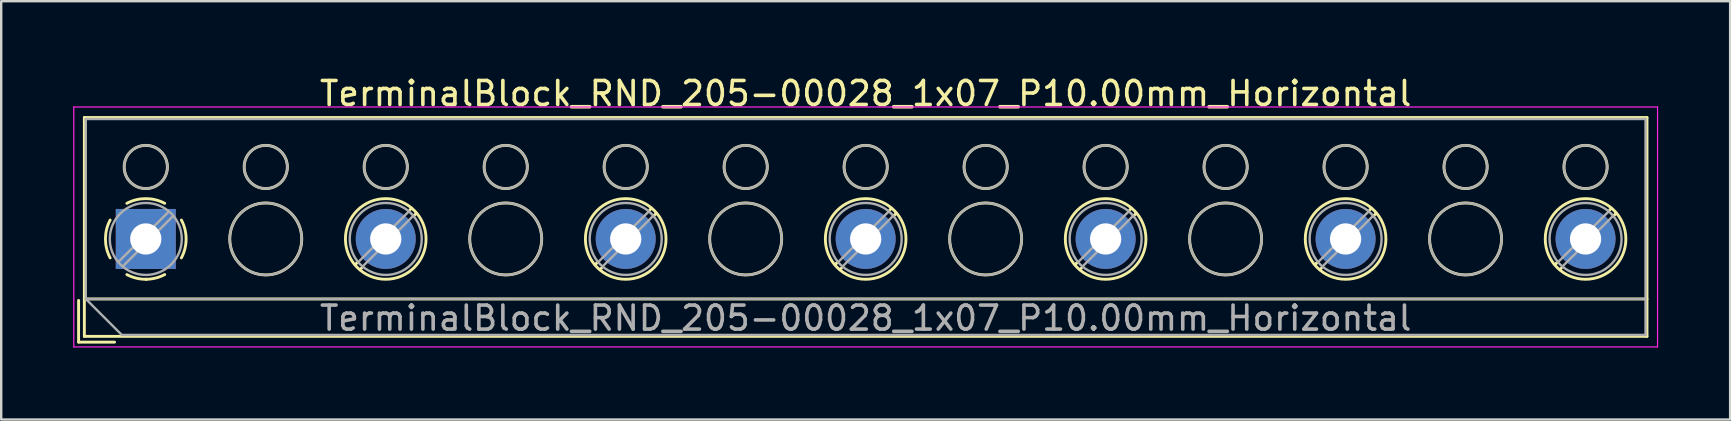
<source format=kicad_pcb>
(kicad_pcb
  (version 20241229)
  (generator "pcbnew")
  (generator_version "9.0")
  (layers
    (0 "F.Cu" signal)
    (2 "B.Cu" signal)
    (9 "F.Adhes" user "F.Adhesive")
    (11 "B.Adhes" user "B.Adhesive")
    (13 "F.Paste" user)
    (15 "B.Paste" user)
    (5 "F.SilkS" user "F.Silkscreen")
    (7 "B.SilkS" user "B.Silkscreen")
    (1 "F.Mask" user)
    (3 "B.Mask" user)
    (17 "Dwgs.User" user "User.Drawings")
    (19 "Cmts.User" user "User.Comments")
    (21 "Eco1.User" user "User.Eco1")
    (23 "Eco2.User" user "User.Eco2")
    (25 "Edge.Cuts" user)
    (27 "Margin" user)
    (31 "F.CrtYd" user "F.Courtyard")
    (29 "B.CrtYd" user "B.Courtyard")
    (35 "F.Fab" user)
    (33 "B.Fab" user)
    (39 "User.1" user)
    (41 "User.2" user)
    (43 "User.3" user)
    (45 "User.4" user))
  (footprint "TerminalBlock_RND_205-00028_1x07_P10.00mm_Horizontal"
    (layer "F.Cu")
    (at 3.025 6.908)
    (property "Reference" "TerminalBlock_RND_205-00028_1x07_P10.00mm_Horizontal" (at 30 -6.06 0) (layer "F.SilkS") (effects (font (size 1 1) (thickness 0.15))))
    (attr through_hole)
    (fp_line (start -2.8 2.56) (end -2.8 4.3) (stroke (width 0.12) (type solid)) (layer "F.SilkS"))
    (fp_line (start -2.8 4.3) (end -1.3 4.3) (stroke (width 0.12) (type solid)) (layer "F.SilkS"))
    (fp_line (start -2.56 -5.06) (end -2.56 4.06) (stroke (width 0.12) (type solid)) (layer "F.SilkS"))
    (fp_line (start -2.56 -5.06) (end 62.56 -5.06) (stroke (width 0.12) (type solid)) (layer "F.SilkS"))
    (fp_line (start -2.56 2.5) (end 62.56 2.5) (stroke (width 0.12) (type solid)) (layer "F.SilkS"))
    (fp_line (start -2.56 4.06) (end 62.56 4.06) (stroke (width 0.12) (type solid)) (layer "F.SilkS"))
    (fp_line (start 8.82 0.976) (end 8.726 1.069) (stroke (width 0.12) (type solid)) (layer "F.SilkS"))
    (fp_line (start 8.99 1.216) (end 8.931 1.274) (stroke (width 0.12) (type solid)) (layer "F.SilkS"))
    (fp_line (start 11.07 -1.275) (end 11.011 -1.216) (stroke (width 0.12) (type solid)) (layer "F.SilkS"))
    (fp_line (start 11.275 -1.069) (end 11.181 -0.976) (stroke (width 0.12) (type solid)) (layer "F.SilkS"))
    (fp_line (start 18.82 0.976) (end 18.726 1.069) (stroke (width 0.12) (type solid)) (layer "F.SilkS"))
    (fp_line (start 18.99 1.216) (end 18.931 1.274) (stroke (width 0.12) (type solid)) (layer "F.SilkS"))
    (fp_line (start 21.07 -1.275) (end 21.011 -1.216) (stroke (width 0.12) (type solid)) (layer "F.SilkS"))
    (fp_line (start 21.275 -1.069) (end 21.181 -0.976) (stroke (width 0.12) (type solid)) (layer "F.SilkS"))
    (fp_line (start 28.82 0.976) (end 28.726 1.069) (stroke (width 0.12) (type solid)) (layer "F.SilkS"))
    (fp_line (start 28.99 1.216) (end 28.931 1.274) (stroke (width 0.12) (type solid)) (layer "F.SilkS"))
    (fp_line (start 31.07 -1.275) (end 31.011 -1.216) (stroke (width 0.12) (type solid)) (layer "F.SilkS"))
    (fp_line (start 31.275 -1.069) (end 31.181 -0.976) (stroke (width 0.12) (type solid)) (layer "F.SilkS"))
    (fp_line (start 38.82 0.976) (end 38.726 1.069) (stroke (width 0.12) (type solid)) (layer "F.SilkS"))
    (fp_line (start 38.99 1.216) (end 38.931 1.274) (stroke (width 0.12) (type solid)) (layer "F.SilkS"))
    (fp_line (start 41.07 -1.275) (end 41.011 -1.216) (stroke (width 0.12) (type solid)) (layer "F.SilkS"))
    (fp_line (start 41.275 -1.069) (end 41.181 -0.976) (stroke (width 0.12) (type solid)) (layer "F.SilkS"))
    (fp_line (start 48.82 0.976) (end 48.726 1.069) (stroke (width 0.12) (type solid)) (layer "F.SilkS"))
    (fp_line (start 48.99 1.216) (end 48.931 1.274) (stroke (width 0.12) (type solid)) (layer "F.SilkS"))
    (fp_line (start 51.07 -1.275) (end 51.011 -1.216) (stroke (width 0.12) (type solid)) (layer "F.SilkS"))
    (fp_line (start 51.275 -1.069) (end 51.181 -0.976) (stroke (width 0.12) (type solid)) (layer "F.SilkS"))
    (fp_line (start 58.82 0.976) (end 58.726 1.069) (stroke (width 0.12) (type solid)) (layer "F.SilkS"))
    (fp_line (start 58.99 1.216) (end 58.931 1.274) (stroke (width 0.12) (type solid)) (layer "F.SilkS"))
    (fp_line (start 61.07 -1.275) (end 61.011 -1.216) (stroke (width 0.12) (type solid)) (layer "F.SilkS"))
    (fp_line (start 61.275 -1.069) (end 61.181 -0.976) (stroke (width 0.12) (type solid)) (layer "F.SilkS"))
    (fp_line (start 62.56 -5.06) (end 62.56 4.06) (stroke (width 0.12) (type solid)) (layer "F.SilkS"))
    (fp_arc (start -1.483953 0.789089) (mid -1.680708 0.00005) (end -1.484 -0.789) (stroke (width 0.12) (type solid)) (layer "F.SilkS"))
    (fp_arc (start -0.789089 -1.483953) (mid -0.00005 -1.680708) (end 0.789 -1.484) (stroke (width 0.12) (type solid)) (layer "F.SilkS"))
    (fp_arc (start 0.029383 1.68045) (mid -0.392304 1.634281) (end -0.789 1.484) (stroke (width 0.12) (type solid)) (layer "F.SilkS"))
    (fp_arc (start 0.788712 1.483352) (mid 0.406429 1.630097) (end 0 1.68) (stroke (width 0.12) (type solid)) (layer "F.SilkS"))
    (fp_arc (start 1.483953 -0.789089) (mid 1.680708 -0.00005) (end 1.484 0.789) (stroke (width 0.12) (type solid)) (layer "F.SilkS"))
    (fp_circle (center 0 -3) (end 0.9 -3) (stroke (width 0.12) (type solid)) (fill no) (layer "F.SilkS"))
    (fp_circle (center 5 -3) (end 5.9 -3) (stroke (width 0.12) (type solid)) (fill no) (layer "F.SilkS"))
    (fp_circle (center 5 0) (end 6.5 0) (stroke (width 0.12) (type solid)) (fill no) (layer "F.SilkS"))
    (fp_circle (center 10 -3) (end 10.9 -3) (stroke (width 0.12) (type solid)) (fill no) (layer "F.SilkS"))
    (fp_circle (center 10 0) (end 11.68 0) (stroke (width 0.12) (type solid)) (fill no) (layer "F.SilkS"))
    (fp_circle (center 15 -3) (end 15.9 -3) (stroke (width 0.12) (type solid)) (fill no) (layer "F.SilkS"))
    (fp_circle (center 15 0) (end 16.5 0) (stroke (width 0.12) (type solid)) (fill no) (layer "F.SilkS"))
    (fp_circle (center 20 -3) (end 20.9 -3) (stroke (width 0.12) (type solid)) (fill no) (layer "F.SilkS"))
    (fp_circle (center 20 0) (end 21.68 0) (stroke (width 0.12) (type solid)) (fill no) (layer "F.SilkS"))
    (fp_circle (center 25 -3) (end 25.9 -3) (stroke (width 0.12) (type solid)) (fill no) (layer "F.SilkS"))
    (fp_circle (center 25 0) (end 26.5 0) (stroke (width 0.12) (type solid)) (fill no) (layer "F.SilkS"))
    (fp_circle (center 30 -3) (end 30.9 -3) (stroke (width 0.12) (type solid)) (fill no) (layer "F.SilkS"))
    (fp_circle (center 30 0) (end 31.68 0) (stroke (width 0.12) (type solid)) (fill no) (layer "F.SilkS"))
    (fp_circle (center 35 -3) (end 35.9 -3) (stroke (width 0.12) (type solid)) (fill no) (layer "F.SilkS"))
    (fp_circle (center 35 0) (end 36.5 0) (stroke (width 0.12) (type solid)) (fill no) (layer "F.SilkS"))
    (fp_circle (center 40 -3) (end 40.9 -3) (stroke (width 0.12) (type solid)) (fill no) (layer "F.SilkS"))
    (fp_circle (center 40 0) (end 41.68 0) (stroke (width 0.12) (type solid)) (fill no) (layer "F.SilkS"))
    (fp_circle (center 45 -3) (end 45.9 -3) (stroke (width 0.12) (type solid)) (fill no) (layer "F.SilkS"))
    (fp_circle (center 45 0) (end 46.5 0) (stroke (width 0.12) (type solid)) (fill no) (layer "F.SilkS"))
    (fp_circle (center 50 -3) (end 50.9 -3) (stroke (width 0.12) (type solid)) (fill no) (layer "F.SilkS"))
    (fp_circle (center 50 0) (end 51.68 0) (stroke (width 0.12) (type solid)) (fill no) (layer "F.SilkS"))
    (fp_circle (center 55 -3) (end 55.9 -3) (stroke (width 0.12) (type solid)) (fill no) (layer "F.SilkS"))
    (fp_circle (center 55 0) (end 56.5 0) (stroke (width 0.12) (type solid)) (fill no) (layer "F.SilkS"))
    (fp_circle (center 60 -3) (end 60.9 -3) (stroke (width 0.12) (type solid)) (fill no) (layer "F.SilkS"))
    (fp_circle (center 60 0) (end 61.68 0) (stroke (width 0.12) (type solid)) (fill no) (layer "F.SilkS"))
    (fp_line (start -3 -5.5) (end -3 4.5) (stroke (width 0.05) (type solid)) (layer "F.CrtYd"))
    (fp_line (start -3 4.5) (end 63 4.5) (stroke (width 0.05) (type solid)) (layer "F.CrtYd"))
    (fp_line (start 63 -5.5) (end -3 -5.5) (stroke (width 0.05) (type solid)) (layer "F.CrtYd"))
    (fp_line (start 63 4.5) (end 63 -5.5) (stroke (width 0.05) (type solid)) (layer "F.CrtYd"))
    (fp_line (start -2.5 -5) (end 62.5 -5) (stroke (width 0.1) (type solid)) (layer "F.Fab"))
    (fp_line (start -2.5 2.5) (end -2.5 -5) (stroke (width 0.1) (type solid)) (layer "F.Fab"))
    (fp_line (start -2.5 2.5) (end 62.5 2.5) (stroke (width 0.1) (type solid)) (layer "F.Fab"))
    (fp_line (start -1 4) (end -2.5 2.5) (stroke (width 0.1) (type solid)) (layer "F.Fab"))
    (fp_line (start 0.955 -1.138) (end -1.138 0.955) (stroke (width 0.1) (type solid)) (layer "F.Fab"))
    (fp_line (start 1.138 -0.955) (end -0.955 1.138) (stroke (width 0.1) (type solid)) (layer "F.Fab"))
    (fp_line (start 10.955 -1.138) (end 8.863 0.955) (stroke (width 0.1) (type solid)) (layer "F.Fab"))
    (fp_line (start 11.138 -0.955) (end 9.046 1.138) (stroke (width 0.1) (type solid)) (layer "F.Fab"))
    (fp_line (start 20.955 -1.138) (end 18.863 0.955) (stroke (width 0.1) (type solid)) (layer "F.Fab"))
    (fp_line (start 21.138 -0.955) (end 19.046 1.138) (stroke (width 0.1) (type solid)) (layer "F.Fab"))
    (fp_line (start 30.955 -1.138) (end 28.863 0.955) (stroke (width 0.1) (type solid)) (layer "F.Fab"))
    (fp_line (start 31.138 -0.955) (end 29.046 1.138) (stroke (width 0.1) (type solid)) (layer "F.Fab"))
    (fp_line (start 40.955 -1.138) (end 38.863 0.955) (stroke (width 0.1) (type solid)) (layer "F.Fab"))
    (fp_line (start 41.138 -0.955) (end 39.046 1.138) (stroke (width 0.1) (type solid)) (layer "F.Fab"))
    (fp_line (start 50.955 -1.138) (end 48.863 0.955) (stroke (width 0.1) (type solid)) (layer "F.Fab"))
    (fp_line (start 51.138 -0.955) (end 49.046 1.138) (stroke (width 0.1) (type solid)) (layer "F.Fab"))
    (fp_line (start 60.955 -1.138) (end 58.863 0.955) (stroke (width 0.1) (type solid)) (layer "F.Fab"))
    (fp_line (start 61.138 -0.955) (end 59.046 1.138) (stroke (width 0.1) (type solid)) (layer "F.Fab"))
    (fp_line (start 62.5 -5) (end 62.5 4) (stroke (width 0.1) (type solid)) (layer "F.Fab"))
    (fp_line (start 62.5 4) (end -1 4) (stroke (width 0.1) (type solid)) (layer "F.Fab"))
    (fp_circle (center 0 -3) (end 0.9 -3) (stroke (width 0.1) (type solid)) (fill no) (layer "F.Fab"))
    (fp_circle (center 0 0) (end 1.5 0) (stroke (width 0.1) (type solid)) (fill no) (layer "F.Fab"))
    (fp_circle (center 5 -3) (end 5.9 -3) (stroke (width 0.1) (type solid)) (fill no) (layer "F.Fab"))
    (fp_circle (center 5 0) (end 6.5 0) (stroke (width 0.1) (type solid)) (fill no) (layer "F.Fab"))
    (fp_circle (center 10 -3) (end 10.9 -3) (stroke (width 0.1) (type solid)) (fill no) (layer "F.Fab"))
    (fp_circle (center 10 0) (end 11.5 0) (stroke (width 0.1) (type solid)) (fill no) (layer "F.Fab"))
    (fp_circle (center 15 -3) (end 15.9 -3) (stroke (width 0.1) (type solid)) (fill no) (layer "F.Fab"))
    (fp_circle (center 15 0) (end 16.5 0) (stroke (width 0.1) (type solid)) (fill no) (layer "F.Fab"))
    (fp_circle (center 20 -3) (end 20.9 -3) (stroke (width 0.1) (type solid)) (fill no) (layer "F.Fab"))
    (fp_circle (center 20 0) (end 21.5 0) (stroke (width 0.1) (type solid)) (fill no) (layer "F.Fab"))
    (fp_circle (center 25 -3) (end 25.9 -3) (stroke (width 0.1) (type solid)) (fill no) (layer "F.Fab"))
    (fp_circle (center 25 0) (end 26.5 0) (stroke (width 0.1) (type solid)) (fill no) (layer "F.Fab"))
    (fp_circle (center 30 -3) (end 30.9 -3) (stroke (width 0.1) (type solid)) (fill no) (layer "F.Fab"))
    (fp_circle (center 30 0) (end 31.5 0) (stroke (width 0.1) (type solid)) (fill no) (layer "F.Fab"))
    (fp_circle (center 35 -3) (end 35.9 -3) (stroke (width 0.1) (type solid)) (fill no) (layer "F.Fab"))
    (fp_circle (center 35 0) (end 36.5 0) (stroke (width 0.1) (type solid)) (fill no) (layer "F.Fab"))
    (fp_circle (center 40 -3) (end 40.9 -3) (stroke (width 0.1) (type solid)) (fill no) (layer "F.Fab"))
    (fp_circle (center 40 0) (end 41.5 0) (stroke (width 0.1) (type solid)) (fill no) (layer "F.Fab"))
    (fp_circle (center 45 -3) (end 45.9 -3) (stroke (width 0.1) (type solid)) (fill no) (layer "F.Fab"))
    (fp_circle (center 45 0) (end 46.5 0) (stroke (width 0.1) (type solid)) (fill no) (layer "F.Fab"))
    (fp_circle (center 50 -3) (end 50.9 -3) (stroke (width 0.1) (type solid)) (fill no) (layer "F.Fab"))
    (fp_circle (center 50 0) (end 51.5 0) (stroke (width 0.1) (type solid)) (fill no) (layer "F.Fab"))
    (fp_circle (center 55 -3) (end 55.9 -3) (stroke (width 0.1) (type solid)) (fill no) (layer "F.Fab"))
    (fp_circle (center 55 0) (end 56.5 0) (stroke (width 0.1) (type solid)) (fill no) (layer "F.Fab"))
    (fp_circle (center 60 -3) (end 60.9 -3) (stroke (width 0.1) (type solid)) (fill no) (layer "F.Fab"))
    (fp_circle (center 60 0) (end 61.5 0) (stroke (width 0.1) (type solid)) (fill no) (layer "F.Fab"))
    (fp_text user "${REFERENCE}" (at 30 3.3 0) (layer "F.Fab") (effects (font (size 1 1) (thickness 0.15))))
    (pad "1" thru_hole rect (at 0 0) (size 2.5 2.5) (drill 1.3) (layers "*.Cu" "*.Mask"))
    (pad "2" thru_hole circle (at 10 0) (size 2.5 2.5) (drill 1.3) (layers "*.Cu" "*.Mask"))
    (pad "3" thru_hole circle (at 20 0) (size 2.5 2.5) (drill 1.3) (layers "*.Cu" "*.Mask"))
    (pad "4" thru_hole circle (at 30 0) (size 2.5 2.5) (drill 1.3) (layers "*.Cu" "*.Mask"))
    (pad "5" thru_hole circle (at 40 0) (size 2.5 2.5) (drill 1.3) (layers "*.Cu" "*.Mask"))
    (pad "6" thru_hole circle (at 50 0) (size 2.5 2.5) (drill 1.3) (layers "*.Cu" "*.Mask"))
    (pad "7" thru_hole circle (at 60 0) (size 2.5 2.5) (drill 1.3) (layers "*.Cu" "*.Mask")))
  (gr_rect
    (start -3 -3)
    (end 69.05 14.433)
    (stroke (width 0.1) (type default))
    (fill no)
    (layer "Edge.Cuts")))
</source>
